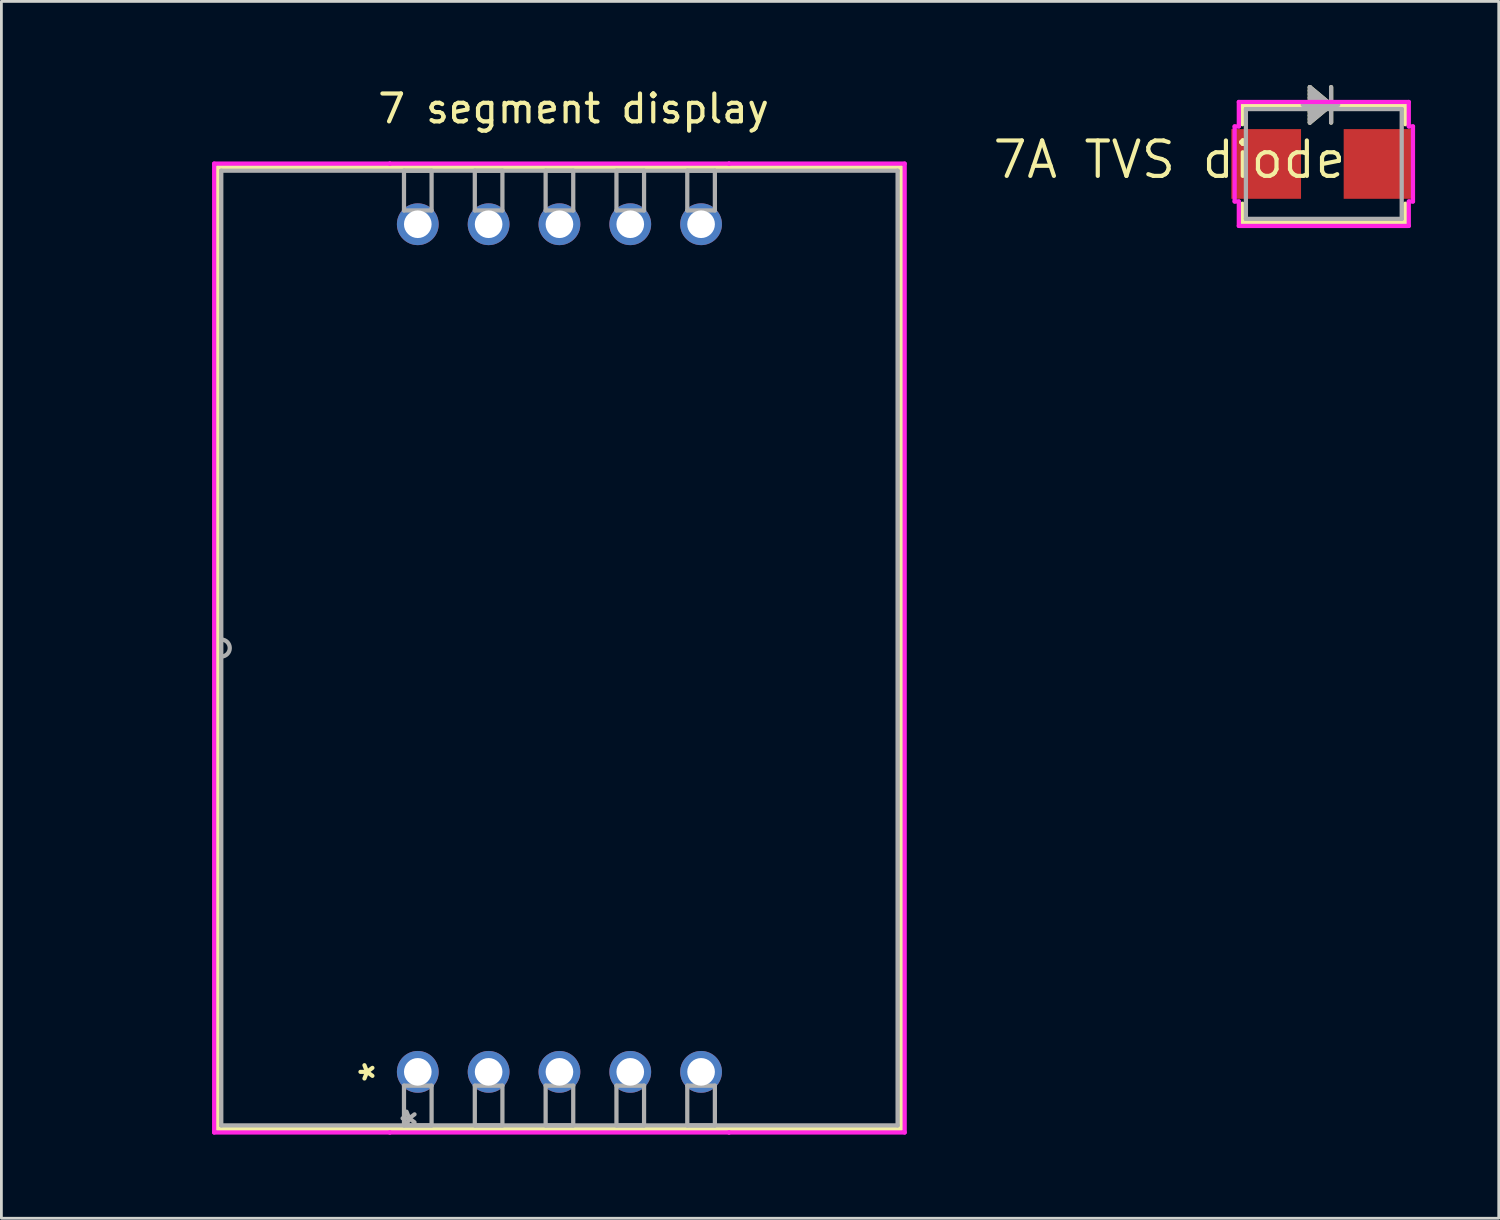
<source format=kicad_pcb>
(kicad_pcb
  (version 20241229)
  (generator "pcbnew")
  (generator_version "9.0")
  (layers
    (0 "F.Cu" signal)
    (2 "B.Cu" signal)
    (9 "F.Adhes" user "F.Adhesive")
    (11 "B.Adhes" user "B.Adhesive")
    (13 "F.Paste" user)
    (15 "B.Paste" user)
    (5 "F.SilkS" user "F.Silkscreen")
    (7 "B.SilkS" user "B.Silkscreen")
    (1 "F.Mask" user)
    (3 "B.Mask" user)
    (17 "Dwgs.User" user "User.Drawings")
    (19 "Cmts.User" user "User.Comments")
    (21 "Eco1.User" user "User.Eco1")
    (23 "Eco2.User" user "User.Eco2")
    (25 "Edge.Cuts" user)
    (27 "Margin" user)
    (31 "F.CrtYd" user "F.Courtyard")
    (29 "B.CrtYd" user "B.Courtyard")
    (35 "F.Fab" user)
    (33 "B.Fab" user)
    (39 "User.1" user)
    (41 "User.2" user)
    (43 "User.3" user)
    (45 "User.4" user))
  (footprint "7 segment display"
    (layer "F.Cu")
    (at 0.25 16.596)
    (property "Reference" "7 segment display" (at 17.272 -15.748 0) (layer "F.SilkS") (effects (font (size 1 1) (thickness 0.15))))
    (attr through_hole)
    (fp_line (start 4.508 -13.651) (end 4.508 20.843) (stroke (width 0.152) (type solid)) (layer "F.SilkS"))
    (fp_line (start 4.508 20.843) (end 29.02 20.843) (stroke (width 0.152) (type solid)) (layer "F.SilkS"))
    (fp_line (start 29.02 -13.651) (end 4.508 -13.651) (stroke (width 0.152) (type solid)) (layer "F.SilkS"))
    (fp_line (start 29.02 20.843) (end 29.02 -13.651) (stroke (width 0.152) (type solid)) (layer "F.SilkS"))
    (fp_line (start 4.381 -13.778) (end 10.681 -13.778) (stroke (width 0.152) (type solid)) (layer "F.CrtYd"))
    (fp_line (start 4.381 20.97) (end 4.381 -13.778) (stroke (width 0.152) (type solid)) (layer "F.CrtYd"))
    (fp_line (start 10.681 -13.778) (end 10.681 -13.778) (stroke (width 0.152) (type solid)) (layer "F.CrtYd"))
    (fp_line (start 10.681 -13.778) (end 22.847 -13.778) (stroke (width 0.152) (type solid)) (layer "F.CrtYd"))
    (fp_line (start 10.681 20.97) (end 4.381 20.97) (stroke (width 0.152) (type solid)) (layer "F.CrtYd"))
    (fp_line (start 10.681 20.97) (end 10.681 20.97) (stroke (width 0.152) (type solid)) (layer "F.CrtYd"))
    (fp_line (start 22.847 -13.778) (end 22.847 -13.778) (stroke (width 0.152) (type solid)) (layer "F.CrtYd"))
    (fp_line (start 22.847 -13.778) (end 29.146 -13.778) (stroke (width 0.152) (type solid)) (layer "F.CrtYd"))
    (fp_line (start 22.847 20.97) (end 10.681 20.97) (stroke (width 0.152) (type solid)) (layer "F.CrtYd"))
    (fp_line (start 22.847 20.97) (end 22.847 20.97) (stroke (width 0.152) (type solid)) (layer "F.CrtYd"))
    (fp_line (start 29.146 -13.778) (end 29.146 20.97) (stroke (width 0.152) (type solid)) (layer "F.CrtYd"))
    (fp_line (start 29.146 20.97) (end 22.847 20.97) (stroke (width 0.152) (type solid)) (layer "F.CrtYd"))
    (fp_line (start 4.636 -13.524) (end 4.636 20.716) (stroke (width 0.152) (type solid)) (layer "F.Fab"))
    (fp_line (start 4.636 20.716) (end 28.892 20.716) (stroke (width 0.152) (type solid)) (layer "F.Fab"))
    (fp_line (start 11.189 -13.524) (end 12.179 -13.524) (stroke (width 0.152) (type solid)) (layer "F.Fab"))
    (fp_line (start 11.189 -12.099) (end 11.189 -13.524) (stroke (width 0.152) (type solid)) (layer "F.Fab"))
    (fp_line (start 11.189 19.291) (end 12.179 19.291) (stroke (width 0.152) (type solid)) (layer "F.Fab"))
    (fp_line (start 11.189 20.716) (end 11.189 19.291) (stroke (width 0.152) (type solid)) (layer "F.Fab"))
    (fp_line (start 12.179 -13.524) (end 12.179 -12.099) (stroke (width 0.152) (type solid)) (layer "F.Fab"))
    (fp_line (start 12.179 -12.099) (end 11.189 -12.099) (stroke (width 0.152) (type solid)) (layer "F.Fab"))
    (fp_line (start 12.179 19.291) (end 12.179 20.716) (stroke (width 0.152) (type solid)) (layer "F.Fab"))
    (fp_line (start 12.179 20.716) (end 11.189 20.716) (stroke (width 0.152) (type solid)) (layer "F.Fab"))
    (fp_line (start 13.729 -13.524) (end 14.719 -13.524) (stroke (width 0.152) (type solid)) (layer "F.Fab"))
    (fp_line (start 13.729 -12.099) (end 13.729 -13.524) (stroke (width 0.152) (type solid)) (layer "F.Fab"))
    (fp_line (start 13.729 19.291) (end 14.719 19.291) (stroke (width 0.152) (type solid)) (layer "F.Fab"))
    (fp_line (start 13.729 20.716) (end 13.729 19.291) (stroke (width 0.152) (type solid)) (layer "F.Fab"))
    (fp_line (start 14.719 -13.524) (end 14.719 -12.099) (stroke (width 0.152) (type solid)) (layer "F.Fab"))
    (fp_line (start 14.719 -12.099) (end 13.729 -12.099) (stroke (width 0.152) (type solid)) (layer "F.Fab"))
    (fp_line (start 14.719 19.291) (end 14.719 20.716) (stroke (width 0.152) (type solid)) (layer "F.Fab"))
    (fp_line (start 14.719 20.716) (end 13.729 20.716) (stroke (width 0.152) (type solid)) (layer "F.Fab"))
    (fp_line (start 16.269 -13.524) (end 17.259 -13.524) (stroke (width 0.152) (type solid)) (layer "F.Fab"))
    (fp_line (start 16.269 -12.099) (end 16.269 -13.524) (stroke (width 0.152) (type solid)) (layer "F.Fab"))
    (fp_line (start 16.269 19.291) (end 17.259 19.291) (stroke (width 0.152) (type solid)) (layer "F.Fab"))
    (fp_line (start 16.269 20.716) (end 16.269 19.291) (stroke (width 0.152) (type solid)) (layer "F.Fab"))
    (fp_line (start 17.259 -13.524) (end 17.259 -12.099) (stroke (width 0.152) (type solid)) (layer "F.Fab"))
    (fp_line (start 17.259 -12.099) (end 16.269 -12.099) (stroke (width 0.152) (type solid)) (layer "F.Fab"))
    (fp_line (start 17.259 19.291) (end 17.259 20.716) (stroke (width 0.152) (type solid)) (layer "F.Fab"))
    (fp_line (start 17.259 20.716) (end 16.269 20.716) (stroke (width 0.152) (type solid)) (layer "F.Fab"))
    (fp_line (start 18.809 -13.524) (end 19.799 -13.524) (stroke (width 0.152) (type solid)) (layer "F.Fab"))
    (fp_line (start 18.809 -12.099) (end 18.809 -13.524) (stroke (width 0.152) (type solid)) (layer "F.Fab"))
    (fp_line (start 18.809 19.291) (end 19.799 19.291) (stroke (width 0.152) (type solid)) (layer "F.Fab"))
    (fp_line (start 18.809 20.716) (end 18.809 19.291) (stroke (width 0.152) (type solid)) (layer "F.Fab"))
    (fp_line (start 19.799 -13.524) (end 19.799 -12.099) (stroke (width 0.152) (type solid)) (layer "F.Fab"))
    (fp_line (start 19.799 -12.099) (end 18.809 -12.099) (stroke (width 0.152) (type solid)) (layer "F.Fab"))
    (fp_line (start 19.799 19.291) (end 19.799 20.716) (stroke (width 0.152) (type solid)) (layer "F.Fab"))
    (fp_line (start 19.799 20.716) (end 18.809 20.716) (stroke (width 0.152) (type solid)) (layer "F.Fab"))
    (fp_line (start 21.349 -13.524) (end 22.339 -13.524) (stroke (width 0.152) (type solid)) (layer "F.Fab"))
    (fp_line (start 21.349 -12.099) (end 21.349 -13.524) (stroke (width 0.152) (type solid)) (layer "F.Fab"))
    (fp_line (start 21.349 19.291) (end 22.339 19.291) (stroke (width 0.152) (type solid)) (layer "F.Fab"))
    (fp_line (start 21.349 20.716) (end 21.349 19.291) (stroke (width 0.152) (type solid)) (layer "F.Fab"))
    (fp_line (start 22.339 -13.524) (end 22.339 -12.099) (stroke (width 0.152) (type solid)) (layer "F.Fab"))
    (fp_line (start 22.339 -12.099) (end 21.349 -12.099) (stroke (width 0.152) (type solid)) (layer "F.Fab"))
    (fp_line (start 22.339 19.291) (end 22.339 20.716) (stroke (width 0.152) (type solid)) (layer "F.Fab"))
    (fp_line (start 22.339 20.716) (end 21.349 20.716) (stroke (width 0.152) (type solid)) (layer "F.Fab"))
    (fp_line (start 28.892 -13.524) (end 4.636 -13.524) (stroke (width 0.152) (type solid)) (layer "F.Fab"))
    (fp_line (start 28.892 20.716) (end 28.892 -13.524) (stroke (width 0.152) (type solid)) (layer "F.Fab"))
    (fp_arc (start 4.6355 3.291205) (mid 4.9403 3.596005) (end 4.6355 3.900805) (stroke (width 0.1524) (type solid)) (layer "F.Fab"))
    (fp_text user "*" (at 10.173 18.796 90) (layer "F.SilkS") (effects (font (size 1 1) (thickness 0.15))))
    (fp_text user "*" (at 11.684 20.462 90) (layer "F.Fab") (effects (font (size 1 1) (thickness 0.15))))
    (pad "1" thru_hole circle (at 11.684 18.796 90) (size 1.499 1.499) (drill 0.991) (layers "*.Cu" "*.Mask"))
    (pad "2" thru_hole circle (at 14.224 18.796 90) (size 1.499 1.499) (drill 0.991) (layers "*.Cu" "*.Mask"))
    (pad "3" thru_hole circle (at 16.764 18.796 90) (size 1.499 1.499) (drill 0.991) (layers "*.Cu" "*.Mask"))
    (pad "4" thru_hole circle (at 19.304 18.796 90) (size 1.499 1.499) (drill 0.991) (layers "*.Cu" "*.Mask"))
    (pad "5" thru_hole circle (at 21.844 18.796 90) (size 1.499 1.499) (drill 0.991) (layers "*.Cu" "*.Mask"))
    (pad "6" thru_hole circle (at 21.844 -11.604 90) (size 1.499 1.499) (drill 0.991) (layers "*.Cu" "*.Mask"))
    (pad "7" thru_hole circle (at 19.304 -11.604 90) (size 1.499 1.499) (drill 0.991) (layers "*.Cu" "*.Mask"))
    (pad "8" thru_hole circle (at 16.764 -11.604 90) (size 1.499 1.499) (drill 0.991) (layers "*.Cu" "*.Mask"))
    (pad "9" thru_hole circle (at 14.224 -11.604 90) (size 1.499 1.499) (drill 0.991) (layers "*.Cu" "*.Mask"))
    (pad "10" thru_hole circle (at 11.684 -11.604 90) (size 1.499 1.499) (drill 0.991) (layers "*.Cu" "*.Mask")))
  (footprint "7A TVS diode"
    (layer "F.Cu")
    (at 44.428 2.83)
    (property "Reference" "7A TVS diode" (at -5.537 -0.152 180) (layer "F.SilkS") (effects (font (size 1.27 1.27) (thickness 0.15))))
    (attr through_hole)
    (fp_line (start -2.921 -2.095) (end -2.921 -1.425) (stroke (width 0.152) (type solid)) (layer "F.SilkS"))
    (fp_line (start -2.921 1.425) (end -2.921 2.095) (stroke (width 0.152) (type solid)) (layer "F.SilkS"))
    (fp_line (start -2.921 2.095) (end 2.921 2.095) (stroke (width 0.152) (type solid)) (layer "F.SilkS"))
    (fp_line (start -0.754 -2.119) (end 0.516 -2.119) (stroke (width 0.152) (type solid)) (layer "F.SilkS"))
    (fp_line (start -0.5 -1.484) (end -0.5 -2.754) (stroke (width 0.152) (type solid)) (layer "F.SilkS"))
    (fp_line (start 0.262 -2.119) (end -0.5 -2.754) (stroke (width 0.152) (type solid)) (layer "F.SilkS"))
    (fp_line (start 0.262 -2.119) (end -0.5 -2.627) (stroke (width 0.152) (type solid)) (layer "F.SilkS"))
    (fp_line (start 0.262 -2.119) (end -0.5 -2.5) (stroke (width 0.152) (type solid)) (layer "F.SilkS"))
    (fp_line (start 0.262 -2.119) (end -0.5 -2.373) (stroke (width 0.152) (type solid)) (layer "F.SilkS"))
    (fp_line (start 0.262 -2.119) (end -0.5 -2.246) (stroke (width 0.152) (type solid)) (layer "F.SilkS"))
    (fp_line (start 0.262 -2.119) (end -0.5 -1.992) (stroke (width 0.152) (type solid)) (layer "F.SilkS"))
    (fp_line (start 0.262 -2.119) (end -0.5 -1.865) (stroke (width 0.152) (type solid)) (layer "F.SilkS"))
    (fp_line (start 0.262 -2.119) (end -0.5 -1.738) (stroke (width 0.152) (type solid)) (layer "F.SilkS"))
    (fp_line (start 0.262 -2.119) (end -0.5 -1.611) (stroke (width 0.152) (type solid)) (layer "F.SilkS"))
    (fp_line (start 0.262 -2.119) (end -0.5 -1.484) (stroke (width 0.152) (type solid)) (layer "F.SilkS"))
    (fp_line (start 0.262 -1.484) (end 0.262 -2.754) (stroke (width 0.152) (type solid)) (layer "F.SilkS"))
    (fp_line (start 2.921 -2.095) (end -2.921 -2.095) (stroke (width 0.152) (type solid)) (layer "F.SilkS"))
    (fp_line (start 2.921 -1.425) (end 2.921 -2.095) (stroke (width 0.152) (type solid)) (layer "F.SilkS"))
    (fp_line (start 2.921 2.095) (end 2.921 1.425) (stroke (width 0.152) (type solid)) (layer "F.SilkS"))
    (fp_line (start -3.198 -1.346) (end -3.048 -1.346) (stroke (width 0.152) (type solid)) (layer "F.CrtYd"))
    (fp_line (start -3.198 1.346) (end -3.198 -1.346) (stroke (width 0.152) (type solid)) (layer "F.CrtYd"))
    (fp_line (start -3.048 -2.223) (end 3.048 -2.223) (stroke (width 0.152) (type solid)) (layer "F.CrtYd"))
    (fp_line (start -3.048 -1.346) (end -3.048 -2.223) (stroke (width 0.152) (type solid)) (layer "F.CrtYd"))
    (fp_line (start -3.048 1.346) (end -3.198 1.346) (stroke (width 0.152) (type solid)) (layer "F.CrtYd"))
    (fp_line (start -3.048 2.223) (end -3.048 1.346) (stroke (width 0.152) (type solid)) (layer "F.CrtYd"))
    (fp_line (start 3.048 -2.223) (end 3.048 -1.346) (stroke (width 0.152) (type solid)) (layer "F.CrtYd"))
    (fp_line (start 3.048 -1.346) (end 3.198 -1.346) (stroke (width 0.152) (type solid)) (layer "F.CrtYd"))
    (fp_line (start 3.048 1.346) (end 3.048 2.223) (stroke (width 0.152) (type solid)) (layer "F.CrtYd"))
    (fp_line (start 3.048 2.223) (end -3.048 2.223) (stroke (width 0.152) (type solid)) (layer "F.CrtYd"))
    (fp_line (start 3.198 -1.346) (end 3.198 1.346) (stroke (width 0.152) (type solid)) (layer "F.CrtYd"))
    (fp_line (start 3.198 1.346) (end 3.048 1.346) (stroke (width 0.152) (type solid)) (layer "F.CrtYd"))
    (fp_line (start -2.794 -1.968) (end -2.794 1.968) (stroke (width 0.152) (type solid)) (layer "F.Fab"))
    (fp_line (start -2.794 1.968) (end 2.794 1.968) (stroke (width 0.152) (type solid)) (layer "F.Fab"))
    (fp_line (start -0.754 -2.119) (end 0.516 -2.119) (stroke (width 0.152) (type solid)) (layer "F.Fab"))
    (fp_line (start -0.5 -1.484) (end -0.5 -2.754) (stroke (width 0.152) (type solid)) (layer "F.Fab"))
    (fp_line (start 0.262 -2.119) (end -0.5 -2.754) (stroke (width 0.152) (type solid)) (layer "F.Fab"))
    (fp_line (start 0.262 -2.119) (end -0.5 -2.627) (stroke (width 0.152) (type solid)) (layer "F.Fab"))
    (fp_line (start 0.262 -2.119) (end -0.5 -2.5) (stroke (width 0.152) (type solid)) (layer "F.Fab"))
    (fp_line (start 0.262 -2.119) (end -0.5 -2.373) (stroke (width 0.152) (type solid)) (layer "F.Fab"))
    (fp_line (start 0.262 -2.119) (end -0.5 -2.246) (stroke (width 0.152) (type solid)) (layer "F.Fab"))
    (fp_line (start 0.262 -2.119) (end -0.5 -1.992) (stroke (width 0.152) (type solid)) (layer "F.Fab"))
    (fp_line (start 0.262 -2.119) (end -0.5 -1.865) (stroke (width 0.152) (type solid)) (layer "F.Fab"))
    (fp_line (start 0.262 -2.119) (end -0.5 -1.738) (stroke (width 0.152) (type solid)) (layer "F.Fab"))
    (fp_line (start 0.262 -2.119) (end -0.5 -1.611) (stroke (width 0.152) (type solid)) (layer "F.Fab"))
    (fp_line (start 0.262 -2.119) (end -0.5 -1.484) (stroke (width 0.152) (type solid)) (layer "F.Fab"))
    (fp_line (start 0.262 -1.484) (end 0.262 -2.754) (stroke (width 0.152) (type solid)) (layer "F.Fab"))
    (fp_line (start 2.794 -1.968) (end -2.794 -1.968) (stroke (width 0.152) (type solid)) (layer "F.Fab"))
    (fp_line (start 2.794 1.968) (end 2.794 -1.968) (stroke (width 0.152) (type solid)) (layer "F.Fab"))
    (pad "1" smd rect (at -2.067 0 90) (size 2.5 2.5) (layers "F.Cu" "F.Mask" "F.Paste"))
    (pad "2" smd rect (at 1.963 0 90) (size 2.5 2.5) (layers "F.Cu" "F.Mask" "F.Paste")))
  (gr_rect
    (start -3 -3)
    (end 50.702 40.642)
    (stroke (width 0.1) (type default))
    (fill no)
    (layer "Edge.Cuts")))
</source>
